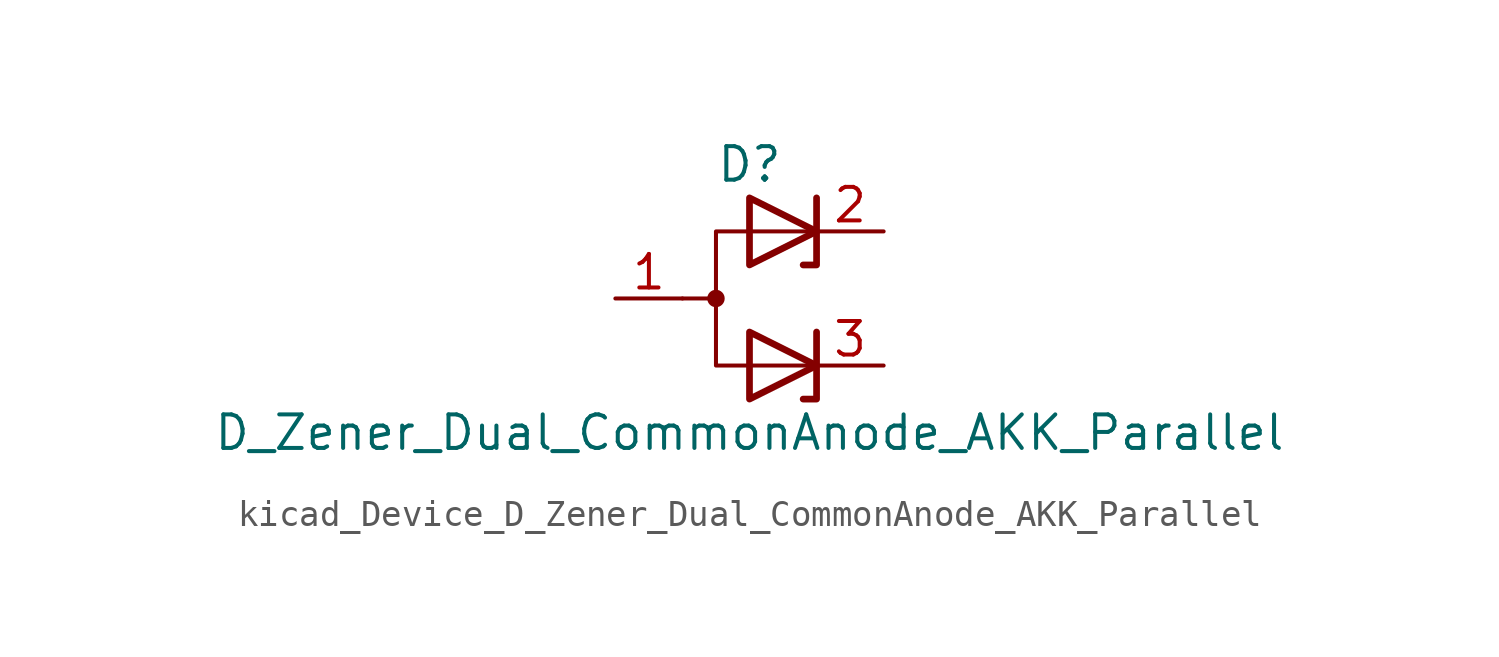
<source format=kicad_sym>
(kicad_symbol_lib
  (version 20220914)
  (generator kicad_symbol_editor)
  (symbol "kicad_Device_D_Zener_Dual_CommonAnode_AKK_Parallel"
    (pin_names
      (offset 0.762) hide)
    (property "Reference" "D"
      (at 0 5.08 0)
      (effects (font (size 1.27 1.27))))
    (property "Value" "D_Zener_Dual_CommonAnode_AKK_Parallel"
      (at 0 -5.08 0)
      (effects (font (size 1.27 1.27))))
    (symbol "kicad_Device_D_Zener_Dual_CommonAnode_AKK_Parallel_0_0"
      (polyline (pts (xy 2.032 1.27) (xy 2.54 1.27) (xy 2.54 3.81)) (stroke (width 0.254) (type default)) (fill (type none)))
      (polyline (pts (xy 2.54 -1.27) (xy 2.54 -3.81) (xy 2.032 -3.81)) (stroke (width 0.254) (type default)) (fill (type none))))
    (symbol "kicad_Device_D_Zener_Dual_CommonAnode_AKK_Parallel_0_1"
      (circle (center -1.27 0) (radius 0.254) (stroke (width 0) (type default)) (fill (type outline)))
      (polyline (pts (xy -1.27 0) (xy -2.54 0)) (stroke (width 0) (type default)) (fill (type none)))
      (polyline (pts (xy 2.54 2.54) (xy -1.27 2.54) (xy -1.27 -2.54) (xy 2.54 -2.54)) (stroke (width 0) (type default)) (fill (type none)))
      (polyline (pts (xy 0 -1.27) (xy 2.54 -2.54) (xy 0 -3.81) (xy 0 -1.27) (xy 0 -1.27) (xy 0 -1.27)) (stroke (width 0.254) (type default)) (fill (type none)))
      (polyline (pts (xy 0 3.81) (xy 2.54 2.54) (xy 0 1.27) (xy 0 3.81) (xy 0 3.81) (xy 0 3.81)) (stroke (width 0.254) (type default)) (fill (type none)))
      (pin passive line (at -5.08 0 0) (length 2.54) (name "A" (effects (font (size 1.27 1.27)))) (number "1" (effects (font (size 1.27 1.27)))))
      (pin passive line (at 5.08 2.54 180) (length 2.54) (name "K" (effects (font (size 1.27 1.27)))) (number "2" (effects (font (size 1.27 1.27)))))
      (pin passive line (at 5.08 -2.54 180) (length 2.54) (name "K" (effects (font (size 1.27 1.27)))) (number "3" (effects (font (size 1.27 1.27))))))))
</source>
